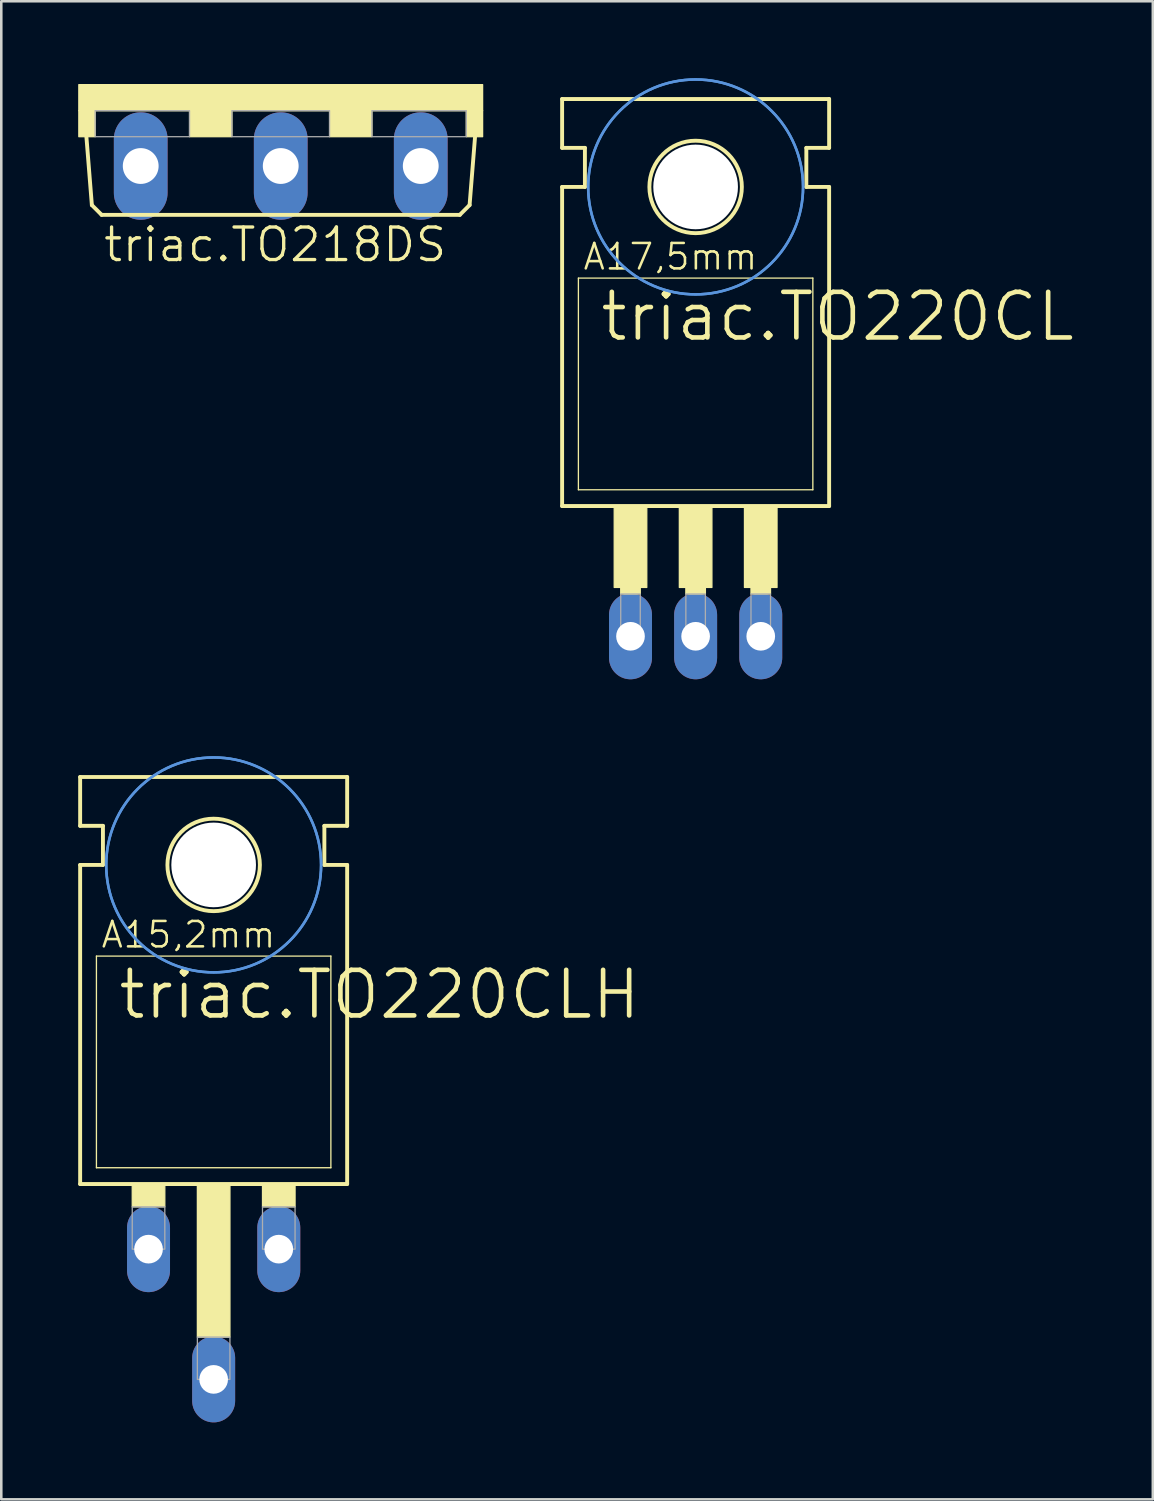
<source format=kicad_pcb>
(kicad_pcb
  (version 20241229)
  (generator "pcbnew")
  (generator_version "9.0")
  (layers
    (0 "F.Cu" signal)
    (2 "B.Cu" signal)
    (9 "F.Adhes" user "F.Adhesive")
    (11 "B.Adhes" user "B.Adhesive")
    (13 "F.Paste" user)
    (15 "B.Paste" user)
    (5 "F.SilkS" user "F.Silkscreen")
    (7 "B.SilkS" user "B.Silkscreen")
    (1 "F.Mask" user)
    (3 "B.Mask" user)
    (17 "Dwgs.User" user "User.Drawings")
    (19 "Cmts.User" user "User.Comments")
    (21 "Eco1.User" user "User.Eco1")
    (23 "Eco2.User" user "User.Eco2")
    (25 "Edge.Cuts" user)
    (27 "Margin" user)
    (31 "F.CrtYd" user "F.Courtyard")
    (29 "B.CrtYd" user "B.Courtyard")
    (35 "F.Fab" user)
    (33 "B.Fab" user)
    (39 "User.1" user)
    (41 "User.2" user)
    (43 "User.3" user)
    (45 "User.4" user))
  (footprint "triac.TO220CL"
    (layer "F.Cu")
    (at 24.081 15.417)
    (property "Reference" "triac.TO220CL" (at -3.81 -5.08 0) (layer "F.SilkS") (effects (font (size 1.778 1.778) (thickness 0.18)) (justify left bottom)))
    (attr through_hole)
    (fp_line (start -5.207 -12.7) (end -5.207 -14.605) (stroke (width 0.152) (type default)) (layer "F.SilkS"))
    (fp_line (start -5.207 -11.176) (end -4.318 -11.176) (stroke (width 0.152) (type default)) (layer "F.SilkS"))
    (fp_line (start -5.207 1.27) (end -5.207 -11.176) (stroke (width 0.152) (type default)) (layer "F.SilkS"))
    (fp_line (start -5.207 1.27) (end 5.207 1.27) (stroke (width 0.152) (type default)) (layer "F.SilkS"))
    (fp_line (start -4.572 0.635) (end -4.572 -7.62) (stroke (width 0.051) (type default)) (layer "F.SilkS"))
    (fp_line (start -4.572 0.635) (end 4.572 0.635) (stroke (width 0.051) (type default)) (layer "F.SilkS"))
    (fp_line (start -4.318 -12.7) (end -5.207 -12.7) (stroke (width 0.152) (type default)) (layer "F.SilkS"))
    (fp_line (start -4.318 -11.176) (end -4.318 -12.7) (stroke (width 0.152) (type default)) (layer "F.SilkS"))
    (fp_line (start 4.318 -12.7) (end 5.207 -12.7) (stroke (width 0.152) (type default)) (layer "F.SilkS"))
    (fp_line (start 4.318 -11.176) (end 4.318 -12.7) (stroke (width 0.152) (type default)) (layer "F.SilkS"))
    (fp_line (start 4.572 -7.62) (end -4.572 -7.62) (stroke (width 0.051) (type default)) (layer "F.SilkS"))
    (fp_line (start 4.572 -7.62) (end 4.572 0.635) (stroke (width 0.051) (type default)) (layer "F.SilkS"))
    (fp_line (start 5.207 -14.605) (end -5.207 -14.605) (stroke (width 0.152) (type default)) (layer "F.SilkS"))
    (fp_line (start 5.207 -12.7) (end 5.207 -14.605) (stroke (width 0.152) (type default)) (layer "F.SilkS"))
    (fp_line (start 5.207 -11.176) (end 4.318 -11.176) (stroke (width 0.152) (type default)) (layer "F.SilkS"))
    (fp_line (start 5.207 1.27) (end 5.207 -11.176) (stroke (width 0.152) (type default)) (layer "F.SilkS"))
    (fp_rect (start -3.175 4.445) (end -1.905 1.27) (stroke (width 0.05) (type default)) (fill yes) (layer "F.SilkS"))
    (fp_rect (start -2.921 4.699) (end -2.159 4.445) (stroke (width 0.05) (type default)) (fill yes) (layer "F.SilkS"))
    (fp_rect (start -0.635 4.445) (end 0.635 1.27) (stroke (width 0.05) (type default)) (fill yes) (layer "F.SilkS"))
    (fp_rect (start -0.381 4.699) (end 0.381 4.445) (stroke (width 0.05) (type default)) (fill yes) (layer "F.SilkS"))
    (fp_rect (start 1.905 4.445) (end 3.175 1.27) (stroke (width 0.05) (type default)) (fill yes) (layer "F.SilkS"))
    (fp_rect (start 2.159 4.699) (end 2.921 4.445) (stroke (width 0.05) (type default)) (fill yes) (layer "F.SilkS"))
    (fp_circle (center 0 -11.176) (end 1.803 -11.176) (stroke (width 0.152) (type default)) (fill no) (layer "F.SilkS"))
    (fp_circle (center 0 -11.176) (end 4.191 -11.176) (stroke (width 0.1) (type default)) (fill no) (layer "Cmts.User"))
    (fp_circle (center 0 -11.176) (end 4.191 -11.176) (stroke (width 0.1) (type default)) (fill no) (layer "Cmts.User"))
    (fp_rect (start -2.921 6.477) (end -2.159 4.699) (stroke (width 0.05) (type default)) (fill no) (layer "F.Fab"))
    (fp_rect (start -0.381 6.477) (end 0.381 4.699) (stroke (width 0.05) (type default)) (fill no) (layer "F.Fab"))
    (fp_rect (start 2.159 6.477) (end 2.921 4.699) (stroke (width 0.05) (type default)) (fill no) (layer "F.Fab"))
    (fp_text user "A17,5mm" (at -4.445 -7.874 0) (layer "F.SilkS") (effects (font (size 0.991 0.991) (thickness 0.1)) (justify left bottom)))
    (pad "" np_thru_hole circle (at 0 -11.176) (size 3.302 3.302) (drill 3.302) (layers "*.Cu" "*.Mask"))
    (pad "A" thru_hole oval (at 0 6.35 90) (size 3.353 1.676) (drill 1.118) (layers "*.Cu" "*.Mask"))
    (pad "C" thru_hole oval (at -2.54 6.35 90) (size 3.353 1.676) (drill 1.118) (layers "*.Cu" "*.Mask"))
    (pad "G" thru_hole oval (at 2.54 6.35 90) (size 3.353 1.676) (drill 1.118) (layers "*.Cu" "*.Mask")))
  (footprint "triac.TO220CLH"
    (layer "F.Cu")
    (at 5.283 41.86)
    (property "Reference" "triac.TO220CLH" (at -3.81 -5.08 0) (layer "F.SilkS") (effects (font (size 1.778 1.778) (thickness 0.18)) (justify left bottom)))
    (attr through_hole)
    (fp_line (start -5.207 -12.7) (end -5.207 -14.605) (stroke (width 0.152) (type default)) (layer "F.SilkS"))
    (fp_line (start -5.207 -11.176) (end -4.318 -11.176) (stroke (width 0.152) (type default)) (layer "F.SilkS"))
    (fp_line (start -5.207 1.27) (end -5.207 -11.176) (stroke (width 0.152) (type default)) (layer "F.SilkS"))
    (fp_line (start -5.207 1.27) (end 5.207 1.27) (stroke (width 0.152) (type default)) (layer "F.SilkS"))
    (fp_line (start -4.572 0.635) (end -4.572 -7.62) (stroke (width 0.051) (type default)) (layer "F.SilkS"))
    (fp_line (start -4.572 0.635) (end 4.572 0.635) (stroke (width 0.051) (type default)) (layer "F.SilkS"))
    (fp_line (start -4.318 -12.7) (end -5.207 -12.7) (stroke (width 0.152) (type default)) (layer "F.SilkS"))
    (fp_line (start -4.318 -11.176) (end -4.318 -12.7) (stroke (width 0.152) (type default)) (layer "F.SilkS"))
    (fp_line (start 4.318 -12.7) (end 5.207 -12.7) (stroke (width 0.152) (type default)) (layer "F.SilkS"))
    (fp_line (start 4.318 -11.176) (end 4.318 -12.7) (stroke (width 0.152) (type default)) (layer "F.SilkS"))
    (fp_line (start 4.572 -7.62) (end -4.572 -7.62) (stroke (width 0.051) (type default)) (layer "F.SilkS"))
    (fp_line (start 4.572 -7.62) (end 4.572 0.635) (stroke (width 0.051) (type default)) (layer "F.SilkS"))
    (fp_line (start 5.207 -14.605) (end -5.207 -14.605) (stroke (width 0.152) (type default)) (layer "F.SilkS"))
    (fp_line (start 5.207 -12.7) (end 5.207 -14.605) (stroke (width 0.152) (type default)) (layer "F.SilkS"))
    (fp_line (start 5.207 -11.176) (end 4.318 -11.176) (stroke (width 0.152) (type default)) (layer "F.SilkS"))
    (fp_line (start 5.207 1.27) (end 5.207 -11.176) (stroke (width 0.152) (type default)) (layer "F.SilkS"))
    (fp_rect (start -3.175 2.159) (end -1.905 1.27) (stroke (width 0.05) (type default)) (fill yes) (layer "F.SilkS"))
    (fp_rect (start -0.635 7.239) (end 0.635 1.27) (stroke (width 0.05) (type default)) (fill yes) (layer "F.SilkS"))
    (fp_rect (start 1.905 2.159) (end 3.175 1.27) (stroke (width 0.05) (type default)) (fill yes) (layer "F.SilkS"))
    (fp_circle (center 0 -11.176) (end 1.803 -11.176) (stroke (width 0.152) (type default)) (fill no) (layer "F.SilkS"))
    (fp_circle (center 0 -11.176) (end 4.191 -11.176) (stroke (width 0.1) (type default)) (fill no) (layer "Cmts.User"))
    (fp_circle (center 0 -11.176) (end 4.191 -11.176) (stroke (width 0.1) (type default)) (fill no) (layer "Cmts.User"))
    (fp_rect (start -3.175 3.81) (end -1.905 2.159) (stroke (width 0.05) (type default)) (fill no) (layer "F.Fab"))
    (fp_rect (start -0.635 8.89) (end 0.635 7.239) (stroke (width 0.05) (type default)) (fill no) (layer "F.Fab"))
    (fp_rect (start 1.905 3.81) (end 3.175 2.159) (stroke (width 0.05) (type default)) (fill no) (layer "F.Fab"))
    (fp_text user "A15,2mm" (at -4.445 -7.874 0) (layer "F.SilkS") (effects (font (size 0.991 0.991) (thickness 0.1)) (justify left bottom)))
    (pad "" np_thru_hole circle (at 0 -11.176) (size 3.302 3.302) (drill 3.302) (layers "*.Cu" "*.Mask"))
    (pad "A" thru_hole oval (at 0 8.89 90) (size 3.353 1.676) (drill 1.118) (layers "*.Cu" "*.Mask"))
    (pad "C" thru_hole oval (at -2.54 3.81 90) (size 3.353 1.676) (drill 1.118) (layers "*.Cu" "*.Mask"))
    (pad "G" thru_hole oval (at 2.54 3.81 90) (size 3.353 1.676) (drill 1.118) (layers "*.Cu" "*.Mask")))
  (footprint "triac.TO218DS"
    (layer "F.Cu")
    (at 7.899 0.25)
    (property "Reference" "triac.TO218DS" (at -6.985 6.985 0) (layer "F.SilkS") (effects (font (size 1.27 1.27) (thickness 0.13)) (justify left bottom)))
    (attr through_hole)
    (fp_line (start -7.366 4.699) (end -7.62 1.524) (stroke (width 0.152) (type default)) (layer "F.SilkS"))
    (fp_line (start -6.985 5.08) (end -7.366 4.699) (stroke (width 0.152) (type default)) (layer "F.SilkS"))
    (fp_line (start -6.985 5.08) (end 6.985 5.08) (stroke (width 0.152) (type default)) (layer "F.SilkS"))
    (fp_line (start 6.985 5.08) (end 7.366 4.699) (stroke (width 0.152) (type default)) (layer "F.SilkS"))
    (fp_line (start 7.366 4.699) (end 7.62 1.524) (stroke (width 0.152) (type default)) (layer "F.SilkS"))
    (fp_rect (start -7.874 1.016) (end 7.874 0) (stroke (width 0.05) (type default)) (fill yes) (layer "F.SilkS"))
    (fp_rect (start -7.874 2.032) (end -7.239 1.016) (stroke (width 0.05) (type default)) (fill yes) (layer "F.SilkS"))
    (fp_rect (start -3.556 2.032) (end -1.905 1.016) (stroke (width 0.05) (type default)) (fill yes) (layer "F.SilkS"))
    (fp_rect (start 1.905 2.032) (end 3.556 1.016) (stroke (width 0.05) (type default)) (fill yes) (layer "F.SilkS"))
    (fp_rect (start 7.239 2.032) (end 7.874 1.016) (stroke (width 0.05) (type default)) (fill yes) (layer "F.SilkS"))
    (fp_rect (start -7.239 2.032) (end -3.556 1.016) (stroke (width 0.05) (type default)) (fill no) (layer "F.Fab"))
    (fp_rect (start -1.905 2.032) (end 1.905 1.016) (stroke (width 0.05) (type default)) (fill no) (layer "F.Fab"))
    (fp_rect (start 3.556 2.032) (end 7.239 1.016) (stroke (width 0.05) (type default)) (fill no) (layer "F.Fab"))
    (pad "A1" thru_hole oval (at -5.461 3.175 90) (size 4.191 2.095) (drill 1.397) (layers "*.Cu" "*.Mask"))
    (pad "A2" thru_hole oval (at 0 3.175 90) (size 4.191 2.095) (drill 1.397) (layers "*.Cu" "*.Mask"))
    (pad "G" thru_hole oval (at 5.461 3.175 90) (size 4.191 2.095) (drill 1.397) (layers "*.Cu" "*.Mask")))
  (gr_rect
    (start -3 -3)
    (end 41.913 55.427)
    (stroke (width 0.1) (type default))
    (fill no)
    (layer "Edge.Cuts")))
</source>
